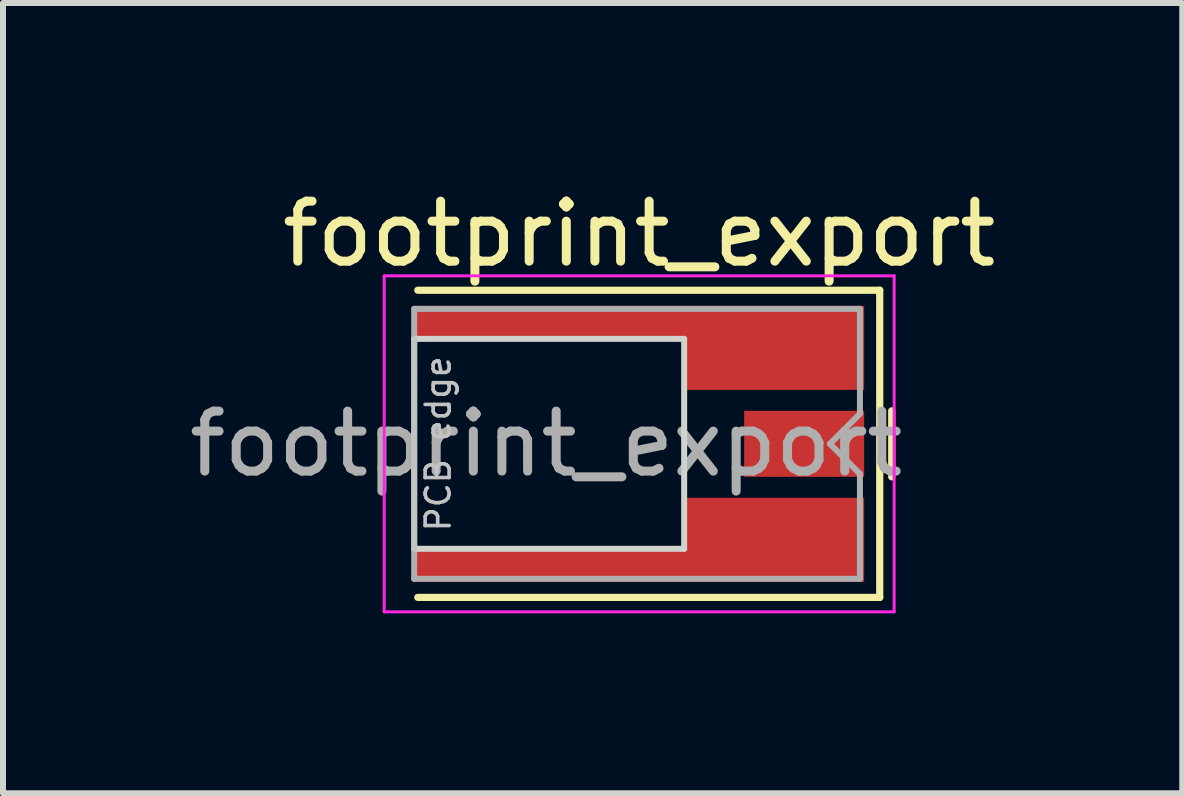
<source format=kicad_pcb>
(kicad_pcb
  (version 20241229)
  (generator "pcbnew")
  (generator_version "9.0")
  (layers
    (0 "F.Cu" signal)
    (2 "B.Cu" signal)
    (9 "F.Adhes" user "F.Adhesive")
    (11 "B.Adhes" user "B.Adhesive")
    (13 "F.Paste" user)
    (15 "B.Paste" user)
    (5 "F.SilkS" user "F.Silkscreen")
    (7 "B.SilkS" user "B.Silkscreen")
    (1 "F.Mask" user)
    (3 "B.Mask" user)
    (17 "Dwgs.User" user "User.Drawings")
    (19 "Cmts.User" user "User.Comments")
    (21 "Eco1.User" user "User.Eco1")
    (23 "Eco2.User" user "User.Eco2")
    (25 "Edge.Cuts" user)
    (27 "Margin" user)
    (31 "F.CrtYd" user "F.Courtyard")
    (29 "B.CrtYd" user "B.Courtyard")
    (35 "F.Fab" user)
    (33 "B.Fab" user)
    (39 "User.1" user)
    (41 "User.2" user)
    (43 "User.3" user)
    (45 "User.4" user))
  (footprint "footprint_export"
    (layer "F.Cu")
    (at 7.604 4.348)
    (property "Reference" "footprint_export" (at 0 -3.5 0) (layer "F.SilkS") (effects (font (size 1 1) (thickness 0.15))))
    (attr smd)
    (fp_line (start -3.69 -2.56) (end 4.01 -2.56) (stroke (width 0.12) (type solid)) (layer "F.SilkS"))
    (fp_line (start -3.69 2.56) (end 4.01 2.56) (stroke (width 0.12) (type solid)) (layer "F.SilkS"))
    (fp_line (start 4.01 2.56) (end 4.01 -2.56) (stroke (width 0.12) (type solid)) (layer "F.SilkS"))
    (fp_line (start 4.21 -0.55) (end 4.21 0.55) (stroke (width 0.12) (type solid)) (layer "F.SilkS"))
    (fp_line (start -3.75 1.75) (end -3.75 -1.75) (stroke (width 0.1) (type solid)) (layer "Dwgs.User"))
    (fp_line (start -3.75 1.75) (end 0.75 1.75) (stroke (width 0.1) (type solid)) (layer "Edge.Cuts"))
    (fp_line (start 0.75 -1.75) (end -3.75 -1.75) (stroke (width 0.1) (type solid)) (layer "Edge.Cuts"))
    (fp_line (start 0.75 1.75) (end 0.75 -1.75) (stroke (width 0.1) (type solid)) (layer "Edge.Cuts"))
    (fp_line (start -4.25 -2.8) (end -4.25 2.8) (stroke (width 0.05) (type solid)) (layer "F.CrtYd"))
    (fp_line (start -4.25 -2.8) (end 4.25 -2.8) (stroke (width 0.05) (type solid)) (layer "F.CrtYd"))
    (fp_line (start -4.25 2.8) (end 4.25 2.8) (stroke (width 0.05) (type solid)) (layer "F.CrtYd"))
    (fp_line (start 4.25 -2.8) (end 4.25 2.8) (stroke (width 0.05) (type solid)) (layer "F.CrtYd"))
    (fp_line (start -3.75 -2.25) (end -3.75 2.25) (stroke (width 0.1) (type solid)) (layer "F.Fab"))
    (fp_line (start -3.75 -2.25) (end 3.68 -2.25) (stroke (width 0.1) (type solid)) (layer "F.Fab"))
    (fp_line (start -3.75 2.25) (end 3.68 2.25) (stroke (width 0.1) (type solid)) (layer "F.Fab"))
    (fp_line (start 3.18 0) (end 3.68 -0.5) (stroke (width 0.1) (type solid)) (layer "F.Fab"))
    (fp_line (start 3.18 0) (end 3.68 0.5) (stroke (width 0.1) (type solid)) (layer "F.Fab"))
    (fp_line (start 3.68 -0.5) (end 3.68 -2.25) (stroke (width 0.1) (type solid)) (layer "F.Fab"))
    (fp_line (start 3.68 2.25) (end 3.68 0.5) (stroke (width 0.1) (type solid)) (layer "F.Fab"))
    (fp_text user "PCB edge" (at -3.35 0 90) (layer "Dwgs.User") (effects (font (size 0.4 0.4) (thickness 0.06))))
    (fp_text user "${REFERENCE}" (at -1.55 0 0) (layer "F.Fab") (effects (font (size 1 1) (thickness 0.15))))
    (pad "1" smd rect (at 2.75 0) (size 2 1.1) (layers "F.Cu" "F.Mask" "F.Paste"))
    (pad "2" smd custom (at 2.25 -1.6) (size 3 1.4) (layers "F.Cu" "F.Mask" "F.Paste") (options (anchor rect)) (primitives (gr_poly (pts (xy -1.5 -0.15) (xy -6 -0.15) (xy -6 -0.7) (xy -1.5 -0.7)) (width 0) (fill yes))))
    (pad "2" smd custom (at 2.25 1.6) (size 3 1.4) (layers "F.Cu" "F.Mask" "F.Paste") (options (anchor rect)) (primitives (gr_poly (pts (xy -1.5 0.7) (xy -6 0.7) (xy -6 0.15) (xy -1.5 0.15)) (width 0) (fill yes)))))
  (gr_rect
    (start -3 -3)
    (end 16.657 10.173)
    (stroke (width 0.1) (type default))
    (fill no)
    (layer "Edge.Cuts")))
</source>
